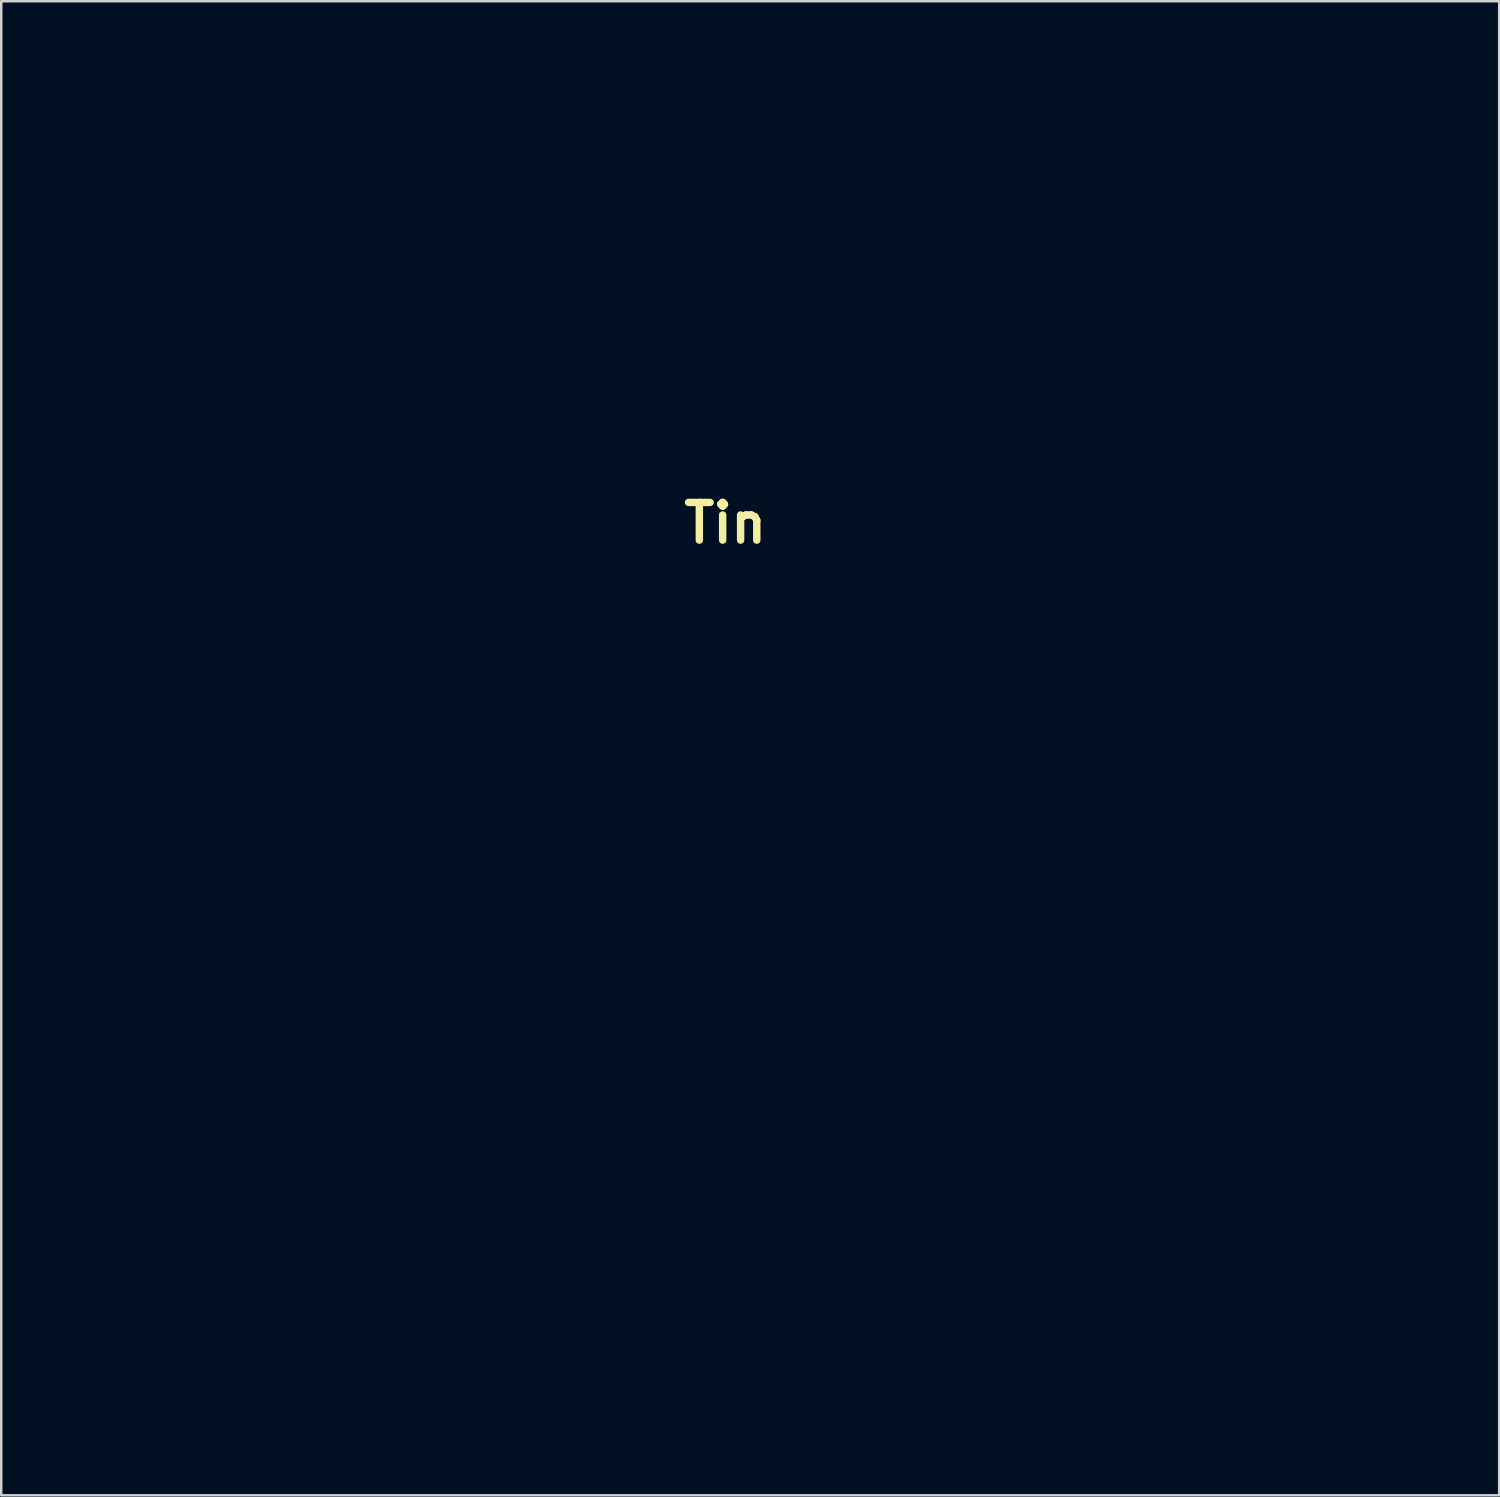
<source format=kicad_pcb>
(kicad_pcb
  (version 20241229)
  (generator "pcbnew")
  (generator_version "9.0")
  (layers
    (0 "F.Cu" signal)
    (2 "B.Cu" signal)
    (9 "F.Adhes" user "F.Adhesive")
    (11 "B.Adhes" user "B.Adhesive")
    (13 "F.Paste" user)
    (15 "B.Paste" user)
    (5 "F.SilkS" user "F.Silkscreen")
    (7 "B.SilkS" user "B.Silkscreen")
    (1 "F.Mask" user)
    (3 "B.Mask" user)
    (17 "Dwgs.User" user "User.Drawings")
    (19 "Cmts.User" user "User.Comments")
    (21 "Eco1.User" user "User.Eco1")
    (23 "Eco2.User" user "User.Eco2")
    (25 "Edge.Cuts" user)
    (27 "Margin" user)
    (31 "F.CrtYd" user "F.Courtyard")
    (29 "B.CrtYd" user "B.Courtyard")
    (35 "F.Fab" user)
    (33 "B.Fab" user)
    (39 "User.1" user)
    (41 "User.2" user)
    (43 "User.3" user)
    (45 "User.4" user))
  (footprint "Tin"
    (layer "F.Cu")
    (at 26.281 18.101)
    (property "Reference" "Tin" (at 0 0 0) (layer "F.SilkS") (effects (font (size 1.524 1.524) (thickness 0.3))))
    (attr through_hole)
    (fp_poly (pts (xy -2.277 35.008) (xy -1.65 35.27) (xy -1.066 35.517) (xy -0.544 35.738) (xy -0.106 35.926) (xy 0.229 36.072) (xy 0.44 36.167) (xy 0.497 36.194) (xy 0.579 36.246) (xy 0.584 36.28) (xy 0.492 36.3) (xy 0.282 36.309) (xy -0.069 36.31) (xy -0.254 36.31) (xy -0.779 36.295) (xy -1.37 36.262) (xy -1.934 36.215) (xy -2.171 36.189) (xy -2.583 36.134) (xy -3.118 36.054) (xy -3.746 35.955) (xy -4.439 35.841) (xy -5.166 35.718) (xy -5.898 35.591) (xy -6.605 35.465) (xy -7.258 35.346) (xy -7.827 35.237) (xy -8.282 35.145) (xy -8.551 35.085) (xy -8.763 35.034) (xy -8.573 34.961) (xy -8.437 34.918) (xy -8.164 34.84) (xy -7.782 34.733) (xy -7.316 34.606) (xy -6.795 34.466) (xy -6.605 34.415) (xy -4.828 33.942) (xy -2.277 35.008)) (stroke (width 0.01) (type solid)) (fill yes) (layer "F.Mask"))
    (fp_poly (pts (xy 26.928 -0.449) (xy 26.988 -0.315) (xy 27.067 -0.032) (xy 27.162 0.381) (xy 27.27 0.905) (xy 27.388 1.522) (xy 27.511 2.213) (xy 27.636 2.96) (xy 27.76 3.743) (xy 27.879 4.543) (xy 27.982 5.284) (xy 28.057 5.87) (xy 28.124 6.455) (xy 28.183 7.017) (xy 28.231 7.532) (xy 28.265 7.975) (xy 28.284 8.323) (xy 28.286 8.551) (xy 28.268 8.636) (xy 28.267 8.636) (xy 28.204 8.571) (xy 28.098 8.411) (xy 28.079 8.38) (xy 27.992 8.21) (xy 27.855 7.918) (xy 27.678 7.528) (xy 27.472 7.061) (xy 27.246 6.542) (xy 27.01 5.994) (xy 26.773 5.439) (xy 26.547 4.902) (xy 26.34 4.404) (xy 26.163 3.97) (xy 26.026 3.623) (xy 25.937 3.385) (xy 25.908 3.282) (xy 25.929 3.105) (xy 25.986 2.816) (xy 26.072 2.439) (xy 26.179 2.003) (xy 26.301 1.534) (xy 26.43 1.06) (xy 26.559 0.607) (xy 26.679 0.203) (xy 26.784 -0.126) (xy 26.866 -0.352) (xy 26.919 -0.449) (xy 26.928 -0.449)) (stroke (width 0.01) (type solid)) (fill yes) (layer "F.Mask"))
    (fp_poly (pts (xy 16.868 26.139) (xy 17.552 26.824) (xy 18.2 27.473) (xy 18.801 28.078) (xy 19.346 28.627) (xy 19.826 29.112) (xy 20.23 29.521) (xy 20.548 29.847) (xy 20.772 30.078) (xy 20.891 30.204) (xy 20.908 30.226) (xy 20.845 30.296) (xy 20.683 30.447) (xy 20.451 30.65) (xy 20.353 30.734) (xy 19.805 31.169) (xy 19.157 31.636) (xy 18.464 32.097) (xy 17.781 32.517) (xy 17.174 32.853) (xy 16.752 33.06) (xy 16.408 33.192) (xy 16.095 33.255) (xy 15.762 33.254) (xy 15.358 33.194) (xy 14.921 33.102) (xy 13.929 32.836) (xy 12.839 32.468) (xy 11.678 32.01) (xy 10.473 31.474) (xy 9.251 30.874) (xy 8.038 30.22) (xy 6.862 29.526) (xy 6.329 29.188) (xy 5.987 28.962) (xy 5.703 28.765) (xy 5.505 28.616) (xy 5.42 28.536) (xy 5.419 28.531) (xy 5.481 28.465) (xy 5.661 28.299) (xy 5.946 28.043) (xy 6.327 27.706) (xy 6.79 27.299) (xy 7.325 26.832) (xy 7.921 26.315) (xy 8.566 25.757) (xy 9.121 25.279) (xy 12.823 22.095) (xy 16.868 26.139)) (stroke (width 0.01) (type solid)) (fill yes) (layer "F.Mask"))
    (fp_poly (pts (xy -11.476 30.183) (xy -11.246 30.299) (xy -10.915 30.479) (xy -10.504 30.71) (xy -10.033 30.98) (xy -9.521 31.276) (xy -8.991 31.588) (xy -8.461 31.903) (xy -7.953 32.208) (xy -7.485 32.493) (xy -7.08 32.744) (xy -6.757 32.951) (xy -6.536 33.1) (xy -6.438 33.18) (xy -6.435 33.187) (xy -6.446 33.228) (xy -6.498 33.27) (xy -6.616 33.326) (xy -6.826 33.406) (xy -7.155 33.522) (xy -7.439 33.62) (xy -8.004 33.795) (xy -8.642 33.964) (xy -9.299 34.113) (xy -9.924 34.232) (xy -10.462 34.309) (xy -10.626 34.324) (xy -11.103 34.329) (xy -11.61 34.286) (xy -11.811 34.254) (xy -12.039 34.203) (xy -12.402 34.113) (xy -12.873 33.991) (xy -13.423 33.845) (xy -14.024 33.683) (xy -14.65 33.511) (xy -15.271 33.339) (xy -15.861 33.172) (xy -16.391 33.02) (xy -16.764 32.91) (xy -17.145 32.795) (xy -15.917 32.177) (xy -15.395 31.916) (xy -14.836 31.642) (xy -14.26 31.363) (xy -13.69 31.09) (xy -13.147 30.834) (xy -12.652 30.603) (xy -12.227 30.409) (xy -11.892 30.261) (xy -11.67 30.168) (xy -11.584 30.141) (xy -11.476 30.183)) (stroke (width 0.01) (type solid)) (fill yes) (layer "F.Mask"))
    (fp_poly (pts (xy 21.671 -2.453) (xy 21.807 -2.218) (xy 21.997 -1.877) (xy 22.23 -1.452) (xy 22.493 -0.964) (xy 22.775 -0.437) (xy 23.065 0.108) (xy 23.35 0.649) (xy 23.619 1.164) (xy 23.861 1.63) (xy 24.062 2.026) (xy 24.212 2.329) (xy 24.299 2.517) (xy 24.309 2.54) (xy 24.383 2.749) (xy 24.435 2.945) (xy 24.46 3.141) (xy 24.453 3.353) (xy 24.408 3.594) (xy 24.32 3.878) (xy 24.184 4.22) (xy 23.995 4.633) (xy 23.746 5.132) (xy 23.434 5.731) (xy 23.052 6.444) (xy 22.595 7.286) (xy 22.39 7.662) (xy 21.889 8.576) (xy 21.465 9.342) (xy 21.114 9.965) (xy 20.835 10.448) (xy 20.626 10.794) (xy 20.486 11.007) (xy 20.411 11.09) (xy 20.405 11.091) (xy 20.303 11.045) (xy 20.218 10.986) (xy 20.16 10.927) (xy 20.045 10.798) (xy 19.87 10.592) (xy 19.628 10.303) (xy 19.314 9.924) (xy 18.923 9.449) (xy 18.45 8.872) (xy 17.889 8.185) (xy 17.234 7.382) (xy 16.481 6.457) (xy 16.097 5.985) (xy 15.559 5.324) (xy 18.551 1.351) (xy 19.093 0.633) (xy 19.606 -0.041) (xy 20.08 -0.659) (xy 20.506 -1.211) (xy 20.875 -1.684) (xy 21.178 -2.067) (xy 21.406 -2.348) (xy 21.551 -2.516) (xy 21.601 -2.56) (xy 21.671 -2.453)) (stroke (width 0.01) (type solid)) (fill yes) (layer "F.Mask"))
    (fp_poly (pts (xy 24.682 -8.897) (xy 24.759 -8.682) (xy 24.869 -8.353) (xy 25.004 -7.934) (xy 25.156 -7.451) (xy 25.318 -6.926) (xy 25.482 -6.385) (xy 25.641 -5.852) (xy 25.787 -5.352) (xy 25.913 -4.908) (xy 25.97 -4.699) (xy 26.052 -4.374) (xy 26.107 -4.095) (xy 26.138 -3.815) (xy 26.15 -3.489) (xy 26.145 -3.071) (xy 26.135 -2.709) (xy 26.105 -2.079) (xy 26.057 -1.558) (xy 25.983 -1.091) (xy 25.877 -0.618) (xy 25.745 -0.12) (xy 25.608 0.361) (xy 25.472 0.8) (xy 25.349 1.169) (xy 25.245 1.441) (xy 25.171 1.589) (xy 25.148 1.609) (xy 25.088 1.539) (xy 24.955 1.345) (xy 24.761 1.047) (xy 24.519 0.664) (xy 24.243 0.217) (xy 24.079 -0.051) (xy 23.624 -0.801) (xy 23.25 -1.422) (xy 22.949 -1.927) (xy 22.713 -2.33) (xy 22.534 -2.646) (xy 22.403 -2.889) (xy 22.313 -3.073) (xy 22.256 -3.212) (xy 22.224 -3.321) (xy 22.218 -3.35) (xy 22.213 -3.538) (xy 22.267 -3.788) (xy 22.387 -4.135) (xy 22.5 -4.413) (xy 22.646 -4.754) (xy 22.834 -5.176) (xy 23.051 -5.657) (xy 23.289 -6.175) (xy 23.536 -6.707) (xy 23.781 -7.231) (xy 24.015 -7.725) (xy 24.227 -8.166) (xy 24.407 -8.532) (xy 24.543 -8.801) (xy 24.626 -8.951) (xy 24.645 -8.974) (xy 24.682 -8.897)) (stroke (width 0.01) (type solid)) (fill yes) (layer "F.Mask"))
    (fp_poly (pts (xy -2.798 23.778) (xy -2.703 23.815) (xy -2.567 23.893) (xy -2.379 24.022) (xy -2.126 24.21) (xy -1.796 24.466) (xy -1.378 24.799) (xy -0.858 25.218) (xy -0.224 25.733) (xy 0.091 25.989) (xy 0.688 26.476) (xy 1.243 26.931) (xy 1.743 27.344) (xy 2.175 27.701) (xy 2.524 27.993) (xy 2.776 28.208) (xy 2.919 28.335) (xy 2.947 28.364) (xy 2.893 28.45) (xy 2.706 28.606) (xy 2.403 28.821) (xy 2.001 29.085) (xy 1.517 29.388) (xy 0.967 29.721) (xy 0.369 30.073) (xy -0.26 30.434) (xy -0.905 30.794) (xy -1.547 31.143) (xy -2.17 31.471) (xy -2.758 31.768) (xy -2.861 31.819) (xy -3.353 32.057) (xy -3.727 32.228) (xy -4.016 32.345) (xy -4.254 32.42) (xy -4.473 32.464) (xy -4.707 32.488) (xy -4.773 32.493) (xy -5.386 32.532) (xy -6.537 31.935) (xy -6.947 31.72) (xy -7.415 31.47) (xy -7.919 31.196) (xy -8.436 30.913) (xy -8.944 30.633) (xy -9.418 30.368) (xy -9.837 30.132) (xy -10.176 29.936) (xy -10.414 29.795) (xy -10.526 29.72) (xy -10.528 29.719) (xy -10.5 29.639) (xy -10.364 29.482) (xy -10.145 29.276) (xy -10.02 29.169) (xy -9.85 29.033) (xy -9.568 28.813) (xy -9.19 28.521) (xy -8.731 28.17) (xy -8.21 27.771) (xy -7.64 27.338) (xy -7.04 26.882) (xy -6.425 26.417) (xy -5.812 25.953) (xy -5.216 25.504) (xy -4.655 25.082) (xy -4.144 24.698) (xy -3.699 24.366) (xy -3.337 24.098) (xy -3.075 23.906) (xy -2.928 23.802) (xy -2.915 23.794) (xy -2.864 23.774) (xy -2.798 23.778)) (stroke (width 0.01) (type solid)) (fill yes) (layer "F.Mask"))
    (fp_poly (pts (xy 4.506 29.462) (xy 4.713 29.538) (xy 4.961 29.657) (xy 5.154 29.755) (xy 5.473 29.918) (xy 5.903 30.142) (xy 6.409 30.409) (xy 6.954 30.698) (xy 7.501 30.991) (xy 7.607 31.048) (xy 8.359 31.449) (xy 9.111 31.842) (xy 9.841 32.216) (xy 10.531 32.562) (xy 11.159 32.87) (xy 11.706 33.129) (xy 12.152 33.331) (xy 12.477 33.465) (xy 12.561 33.494) (xy 13.011 33.648) (xy 13.434 33.803) (xy 13.804 33.949) (xy 14.091 34.073) (xy 14.267 34.164) (xy 14.309 34.204) (xy 14.229 34.28) (xy 13.999 34.392) (xy 13.634 34.534) (xy 13.148 34.701) (xy 12.555 34.888) (xy 11.896 35.082) (xy 10.455 35.476) (xy 9.152 35.791) (xy 7.975 36.031) (xy 6.913 36.197) (xy 5.954 36.289) (xy 5.086 36.31) (xy 4.298 36.262) (xy 3.802 36.19) (xy 3.456 36.117) (xy 3.057 36.009) (xy 2.59 35.864) (xy 2.041 35.673) (xy 1.393 35.434) (xy 0.632 35.139) (xy -0.257 34.784) (xy -0.99 34.486) (xy -1.643 34.218) (xy -2.153 34.005) (xy -2.537 33.84) (xy -2.808 33.714) (xy -2.983 33.622) (xy -3.076 33.554) (xy -3.103 33.504) (xy -3.078 33.465) (xy -3.073 33.461) (xy -2.931 33.369) (xy -2.663 33.205) (xy -2.289 32.983) (xy -1.83 32.713) (xy -1.307 32.408) (xy -0.74 32.08) (xy -0.152 31.74) (xy 0.439 31.402) (xy 1.01 31.077) (xy 1.542 30.776) (xy 2.012 30.513) (xy 2.401 30.298) (xy 2.589 30.196) (xy 3.126 29.909) (xy 3.539 29.694) (xy 3.857 29.547) (xy 4.105 29.462) (xy 4.313 29.435) (xy 4.506 29.462)) (stroke (width 0.01) (type solid)) (fill yes) (layer "F.Mask"))
    (fp_poly (pts (xy 6.066 15.707) (xy 6.212 15.817) (xy 6.291 15.889) (xy 6.45 16.034) (xy 6.704 16.266) (xy 7.024 16.556) (xy 7.38 16.877) (xy 7.535 17.018) (xy 8.161 17.585) (xy 8.774 18.146) (xy 9.36 18.688) (xy 9.909 19.2) (xy 10.406 19.669) (xy 10.839 20.084) (xy 11.196 20.432) (xy 11.464 20.702) (xy 11.631 20.882) (xy 11.684 20.957) (xy 11.622 21.066) (xy 11.446 21.271) (xy 11.172 21.558) (xy 10.813 21.915) (xy 10.385 22.326) (xy 9.902 22.779) (xy 9.38 23.259) (xy 8.833 23.753) (xy 8.276 24.247) (xy 7.725 24.727) (xy 7.193 25.18) (xy 6.696 25.591) (xy 6.519 25.734) (xy 6.128 26.041) (xy 5.709 26.358) (xy 5.288 26.667) (xy 4.888 26.952) (xy 4.532 27.196) (xy 4.246 27.382) (xy 4.053 27.493) (xy 3.987 27.517) (xy 3.895 27.471) (xy 3.695 27.348) (xy 3.42 27.167) (xy 3.167 26.995) (xy 2.775 26.718) (xy 2.294 26.37) (xy 1.748 25.968) (xy 1.16 25.531) (xy 0.556 25.078) (xy -0.041 24.626) (xy -0.607 24.193) (xy -1.118 23.798) (xy -1.549 23.458) (xy -1.877 23.192) (xy -1.975 23.11) (xy -1.929 23.042) (xy -1.772 22.872) (xy -1.515 22.61) (xy -1.171 22.27) (xy -0.753 21.862) (xy -0.273 21.4) (xy 0.256 20.894) (xy 0.822 20.356) (xy 1.411 19.799) (xy 2.011 19.234) (xy 2.611 18.673) (xy 3.196 18.129) (xy 3.754 17.612) (xy 4.274 17.134) (xy 4.742 16.709) (xy 5.145 16.346) (xy 5.471 16.06) (xy 5.708 15.86) (xy 5.825 15.77) (xy 5.957 15.697) (xy 6.066 15.707)) (stroke (width 0.01) (type solid)) (fill yes) (layer "F.Mask"))
    (fp_poly (pts (xy 25.532 5.045) (xy 25.637 5.232) (xy 25.775 5.533) (xy 25.95 5.957) (xy 26.169 6.517) (xy 26.435 7.223) (xy 26.514 7.436) (xy 26.891 8.455) (xy 27.212 9.332) (xy 27.481 10.08) (xy 27.702 10.715) (xy 27.879 11.253) (xy 28.017 11.707) (xy 28.12 12.094) (xy 28.192 12.428) (xy 28.237 12.725) (xy 28.26 12.998) (xy 28.264 13.265) (xy 28.254 13.539) (xy 28.247 13.646) (xy 28.198 14.175) (xy 28.115 14.827) (xy 28.005 15.562) (xy 27.875 16.336) (xy 27.731 17.11) (xy 27.582 17.842) (xy 27.434 18.491) (xy 27.389 18.669) (xy 27.218 19.293) (xy 27.015 19.971) (xy 26.795 20.654) (xy 26.574 21.295) (xy 26.369 21.846) (xy 26.269 22.092) (xy 26.109 22.466) (xy 25.885 21.922) (xy 25.775 21.652) (xy 25.619 21.267) (xy 25.435 20.808) (xy 25.239 20.319) (xy 25.138 20.066) (xy 24.829 19.315) (xy 24.508 18.588) (xy 24.158 17.853) (xy 23.765 17.077) (xy 23.311 16.228) (xy 22.783 15.276) (xy 22.691 15.113) (xy 22.299 14.419) (xy 21.985 13.856) (xy 21.739 13.407) (xy 21.555 13.056) (xy 21.426 12.787) (xy 21.344 12.583) (xy 21.301 12.428) (xy 21.291 12.306) (xy 21.306 12.201) (xy 21.334 12.11) (xy 21.401 11.963) (xy 21.542 11.689) (xy 21.747 11.309) (xy 22.004 10.839) (xy 22.304 10.299) (xy 22.636 9.707) (xy 22.989 9.081) (xy 23.353 8.44) (xy 23.718 7.801) (xy 24.072 7.184) (xy 24.407 6.607) (xy 24.71 6.088) (xy 24.972 5.645) (xy 25.182 5.297) (xy 25.33 5.063) (xy 25.401 4.964) (xy 25.455 4.959) (xy 25.532 5.045)) (stroke (width 0.01) (type solid)) (fill yes) (layer "F.Mask"))
    (fp_poly (pts (xy 20.631 13.75) (xy 20.773 13.943) (xy 20.981 14.261) (xy 21.239 14.678) (xy 21.533 15.17) (xy 21.848 15.711) (xy 22.17 16.278) (xy 22.483 16.844) (xy 22.773 17.386) (xy 22.811 17.458) (xy 23.426 18.695) (xy 23.958 19.888) (xy 24.397 21.017) (xy 24.738 22.066) (xy 24.974 23.014) (xy 25.017 23.246) (xy 25.081 23.609) (xy 25.127 23.906) (xy 25.148 24.16) (xy 25.134 24.394) (xy 25.08 24.628) (xy 24.976 24.886) (xy 24.815 25.19) (xy 24.589 25.562) (xy 24.29 26.025) (xy 23.911 26.601) (xy 23.761 26.829) (xy 23.408 27.362) (xy 23.081 27.85) (xy 22.794 28.273) (xy 22.558 28.615) (xy 22.386 28.857) (xy 22.291 28.98) (xy 22.279 28.991) (xy 22.188 28.953) (xy 21.992 28.803) (xy 21.701 28.551) (xy 21.329 28.209) (xy 20.885 27.785) (xy 20.768 27.67) (xy 20.361 27.274) (xy 19.992 26.915) (xy 19.679 26.61) (xy 19.439 26.379) (xy 19.291 26.238) (xy 19.255 26.204) (xy 19.176 26.128) (xy 18.989 25.946) (xy 18.708 25.67) (xy 18.345 25.312) (xy 17.913 24.886) (xy 17.426 24.405) (xy 16.896 23.88) (xy 16.56 23.548) (xy 15.929 22.921) (xy 15.409 22.402) (xy 14.99 21.98) (xy 14.663 21.644) (xy 14.419 21.384) (xy 14.246 21.188) (xy 14.135 21.047) (xy 14.077 20.948) (xy 14.062 20.882) (xy 14.08 20.838) (xy 14.08 20.838) (xy 14.413 20.448) (xy 14.832 19.959) (xy 15.316 19.396) (xy 15.847 18.781) (xy 16.404 18.135) (xy 16.969 17.483) (xy 17.521 16.846) (xy 18.041 16.248) (xy 18.509 15.71) (xy 18.906 15.256) (xy 19.209 14.911) (xy 20.436 13.523) (xy 20.631 13.75)) (stroke (width 0.01) (type solid)) (fill yes) (layer "F.Mask"))
    (fp_poly (pts (xy 14.962 6.143) (xy 15.09 6.262) (xy 15.284 6.479) (xy 15.551 6.802) (xy 15.895 7.239) (xy 16.325 7.796) (xy 16.844 8.482) (xy 16.992 8.678) (xy 17.586 9.471) (xy 18.082 10.139) (xy 18.487 10.695) (xy 18.807 11.146) (xy 19.051 11.503) (xy 19.223 11.777) (xy 19.331 11.975) (xy 19.382 12.109) (xy 19.389 12.156) (xy 19.38 12.225) (xy 19.347 12.312) (xy 19.279 12.428) (xy 19.166 12.588) (xy 18.998 12.804) (xy 18.764 13.091) (xy 18.453 13.46) (xy 18.055 13.926) (xy 17.56 14.501) (xy 17.361 14.732) (xy 17.006 15.141) (xy 16.601 15.604) (xy 16.161 16.105) (xy 15.699 16.629) (xy 15.229 17.159) (xy 14.766 17.68) (xy 14.322 18.177) (xy 13.913 18.634) (xy 13.552 19.034) (xy 13.253 19.363) (xy 13.03 19.605) (xy 12.897 19.744) (xy 12.868 19.771) (xy 12.78 19.735) (xy 12.593 19.603) (xy 12.331 19.396) (xy 12.02 19.131) (xy 11.92 19.042) (xy 11.636 18.786) (xy 11.279 18.459) (xy 10.867 18.078) (xy 10.414 17.656) (xy 9.936 17.209) (xy 9.45 16.752) (xy 8.97 16.299) (xy 8.513 15.865) (xy 8.095 15.466) (xy 7.731 15.117) (xy 7.437 14.832) (xy 7.229 14.626) (xy 7.123 14.514) (xy 7.112 14.498) (xy 7.168 14.424) (xy 7.328 14.239) (xy 7.582 13.955) (xy 7.916 13.585) (xy 8.32 13.142) (xy 8.783 12.637) (xy 9.292 12.083) (xy 9.836 11.494) (xy 10.404 10.88) (xy 10.983 10.255) (xy 11.563 9.631) (xy 12.132 9.02) (xy 12.678 8.436) (xy 13.19 7.889) (xy 13.656 7.394) (xy 14.065 6.962) (xy 14.405 6.605) (xy 14.665 6.337) (xy 14.832 6.169) (xy 14.894 6.114) (xy 14.962 6.143)) (stroke (width 0.01) (type solid)) (fill yes) (layer "F.Mask"))
    (fp_poly (pts (xy -17.824 -6.152) (xy -17.466 -6.077) (xy -17.354 -6.046) (xy -16.749 -5.791) (xy -16.221 -5.397) (xy -15.779 -4.876) (xy -15.428 -4.244) (xy -15.178 -3.514) (xy -15.034 -2.701) (xy -15.005 -1.819) (xy -15.018 -1.566) (xy -15.062 -1.117) (xy -15.133 -0.768) (xy -15.248 -0.449) (xy -15.322 -0.291) (xy -15.506 0.017) (xy -15.789 0.403) (xy -16.145 0.842) (xy -16.552 1.308) (xy -16.984 1.776) (xy -17.419 2.22) (xy -17.832 2.613) (xy -18.198 2.931) (xy -18.494 3.147) (xy -18.569 3.189) (xy -18.775 3.253) (xy -19.101 3.305) (xy -19.497 3.344) (xy -19.914 3.366) (xy -20.304 3.366) (xy -20.615 3.343) (xy -20.659 3.336) (xy -21.505 3.122) (xy -22.295 2.789) (xy -23.053 2.324) (xy -23.8 1.713) (xy -24.305 1.216) (xy -25.023 0.367) (xy -25.605 -0.531) (xy -26.007 -1.392) (xy -22.3 -1.392) (xy -22.223 -0.797) (xy -21.994 -0.23) (xy -21.607 0.331) (xy -21.39 0.575) (xy -20.846 1.105) (xy -20.341 1.492) (xy -19.85 1.75) (xy -19.346 1.891) (xy -18.802 1.93) (xy -18.711 1.927) (xy -18.205 1.877) (xy -17.804 1.764) (xy -17.687 1.712) (xy -17.382 1.528) (xy -17.076 1.294) (xy -16.98 1.205) (xy -16.589 0.702) (xy -16.336 0.128) (xy -16.22 -0.493) (xy -16.24 -1.137) (xy -16.395 -1.78) (xy -16.682 -2.398) (xy -17.101 -2.966) (xy -17.224 -3.096) (xy -17.762 -3.533) (xy -18.363 -3.85) (xy -19 -4.043) (xy -19.648 -4.112) (xy -20.28 -4.054) (xy -20.87 -3.868) (xy -21.391 -3.552) (xy -21.583 -3.381) (xy -21.833 -3.091) (xy -22.014 -2.772) (xy -22.151 -2.372) (xy -22.231 -2.033) (xy -22.3 -1.392) (xy -26.007 -1.392) (xy -26.037 -1.456) (xy -26.194 -1.926) (xy -26.251 -2.119) (xy -26.276 -2.259) (xy -26.248 -2.363) (xy -26.147 -2.45) (xy -25.949 -2.538) (xy -25.634 -2.647) (xy -25.188 -2.791) (xy -23.853 -3.272) (xy -22.597 -3.83) (xy -21.367 -4.491) (xy -20.262 -5.179) (xy -19.683 -5.552) (xy -19.209 -5.83) (xy -18.814 -6.021) (xy -18.47 -6.132) (xy -18.149 -6.173) (xy -17.824 -6.152)) (stroke (width 0.01) (type solid)) (fill yes) (layer "F.Mask"))
    (fp_poly (pts (xy -9.875 -18.05) (xy -9.535 -17.927) (xy -9.081 -17.724) (xy -8.847 -17.61) (xy -8.439 -17.401) (xy -8.105 -17.201) (xy -7.795 -16.976) (xy -7.461 -16.691) (xy -7.118 -16.372) (xy -6.398 -15.645) (xy -5.823 -14.964) (xy -5.383 -14.306) (xy -5.067 -13.651) (xy -4.865 -12.977) (xy -4.766 -12.263) (xy -4.756 -11.556) (xy -4.781 -11.144) (xy -4.833 -10.803) (xy -4.93 -10.502) (xy -5.087 -10.214) (xy -5.321 -9.908) (xy -5.649 -9.554) (xy -6.086 -9.124) (xy -6.156 -9.058) (xy -6.729 -8.513) (xy -7.203 -8.074) (xy -7.6 -7.729) (xy -7.943 -7.467) (xy -8.252 -7.276) (xy -8.551 -7.143) (xy -8.861 -7.058) (xy -9.204 -7.009) (xy -9.604 -6.983) (xy -10.075 -6.969) (xy -10.598 -6.959) (xy -10.986 -6.96) (xy -11.274 -6.975) (xy -11.499 -7.006) (xy -11.694 -7.055) (xy -11.834 -7.104) (xy -12.304 -7.306) (xy -12.719 -7.551) (xy -13.137 -7.876) (xy -13.41 -8.124) (xy -13.844 -8.608) (xy -14.142 -9.106) (xy -14.292 -9.596) (xy -14.308 -9.802) (xy -14.285 -10.059) (xy -14.211 -10.352) (xy -14.076 -10.7) (xy -13.871 -11.122) (xy -13.589 -11.638) (xy -13.572 -11.667) (xy -12.208 -11.667) (xy -12.106 -10.989) (xy -12.028 -10.726) (xy -11.72 -10.004) (xy -11.312 -9.369) (xy -10.824 -8.841) (xy -10.274 -8.442) (xy -9.737 -8.207) (xy -9.385 -8.146) (xy -8.938 -8.13) (xy -8.46 -8.159) (xy -8.019 -8.227) (xy -7.751 -8.303) (xy -7.271 -8.56) (xy -6.826 -8.941) (xy -6.466 -9.401) (xy -6.347 -9.615) (xy -6.258 -9.821) (xy -6.206 -10.017) (xy -6.185 -10.254) (xy -6.189 -10.582) (xy -6.2 -10.823) (xy -6.257 -11.417) (xy -6.377 -11.899) (xy -6.583 -12.321) (xy -6.897 -12.734) (xy -7.153 -13.007) (xy -7.739 -13.506) (xy -8.361 -13.871) (xy -9.001 -14.098) (xy -9.638 -14.184) (xy -10.255 -14.123) (xy -10.83 -13.913) (xy -11.039 -13.789) (xy -11.565 -13.355) (xy -11.936 -12.854) (xy -12.151 -12.29) (xy -12.208 -11.667) (xy -13.572 -11.667) (xy -13.219 -12.267) (xy -13.085 -12.488) (xy -12.599 -13.308) (xy -12.189 -14.048) (xy -11.828 -14.764) (xy -11.49 -15.511) (xy -11.147 -16.343) (xy -11.031 -16.637) (xy -10.859 -17.066) (xy -10.696 -17.448) (xy -10.557 -17.75) (xy -10.456 -17.94) (xy -10.429 -17.978) (xy -10.301 -18.07) (xy -10.123 -18.096) (xy -9.875 -18.05)) (stroke (width 0.01) (type solid)) (fill yes) (layer "F.Mask"))
    (fp_poly (pts (xy -2.277 35.008) (xy -1.65 35.27) (xy -1.066 35.517) (xy -0.544 35.738) (xy -0.106 35.926) (xy 0.229 36.072) (xy 0.44 36.167) (xy 0.497 36.194) (xy 0.579 36.246) (xy 0.584 36.28) (xy 0.492 36.3) (xy 0.282 36.309) (xy -0.069 36.31) (xy -0.254 36.31) (xy -0.779 36.295) (xy -1.37 36.262) (xy -1.934 36.215) (xy -2.171 36.189) (xy -2.583 36.134) (xy -3.118 36.054) (xy -3.746 35.955) (xy -4.439 35.841) (xy -5.166 35.718) (xy -5.898 35.591) (xy -6.605 35.465) (xy -7.258 35.346) (xy -7.827 35.237) (xy -8.282 35.145) (xy -8.551 35.085) (xy -8.763 35.034) (xy -8.573 34.961) (xy -8.437 34.918) (xy -8.164 34.84) (xy -7.782 34.733) (xy -7.316 34.606) (xy -6.795 34.466) (xy -6.605 34.415) (xy -4.828 33.942) (xy -2.277 35.008)) (stroke (width 0.01) (type solid)) (fill yes) (layer "F.Paste"))
    (fp_poly (pts (xy 26.928 -0.449) (xy 26.988 -0.315) (xy 27.067 -0.032) (xy 27.162 0.381) (xy 27.27 0.905) (xy 27.388 1.522) (xy 27.511 2.213) (xy 27.636 2.96) (xy 27.76 3.743) (xy 27.879 4.543) (xy 27.982 5.284) (xy 28.057 5.87) (xy 28.124 6.455) (xy 28.183 7.017) (xy 28.231 7.532) (xy 28.265 7.975) (xy 28.284 8.323) (xy 28.286 8.551) (xy 28.268 8.636) (xy 28.267 8.636) (xy 28.204 8.571) (xy 28.098 8.411) (xy 28.079 8.38) (xy 27.992 8.21) (xy 27.855 7.918) (xy 27.678 7.528) (xy 27.472 7.061) (xy 27.246 6.542) (xy 27.01 5.994) (xy 26.773 5.439) (xy 26.547 4.902) (xy 26.34 4.404) (xy 26.163 3.97) (xy 26.026 3.623) (xy 25.937 3.385) (xy 25.908 3.282) (xy 25.929 3.105) (xy 25.986 2.816) (xy 26.072 2.439) (xy 26.179 2.003) (xy 26.301 1.534) (xy 26.43 1.06) (xy 26.559 0.607) (xy 26.679 0.203) (xy 26.784 -0.126) (xy 26.866 -0.352) (xy 26.919 -0.449) (xy 26.928 -0.449)) (stroke (width 0.01) (type solid)) (fill yes) (layer "F.Paste"))
    (fp_poly (pts (xy 16.868 26.139) (xy 17.552 26.824) (xy 18.2 27.473) (xy 18.801 28.078) (xy 19.346 28.627) (xy 19.826 29.112) (xy 20.23 29.521) (xy 20.548 29.847) (xy 20.772 30.078) (xy 20.891 30.204) (xy 20.908 30.226) (xy 20.845 30.296) (xy 20.683 30.447) (xy 20.451 30.65) (xy 20.353 30.734) (xy 19.805 31.169) (xy 19.157 31.636) (xy 18.464 32.097) (xy 17.781 32.517) (xy 17.174 32.853) (xy 16.752 33.06) (xy 16.408 33.192) (xy 16.095 33.255) (xy 15.762 33.254) (xy 15.358 33.194) (xy 14.921 33.102) (xy 13.929 32.836) (xy 12.839 32.468) (xy 11.678 32.01) (xy 10.473 31.474) (xy 9.251 30.874) (xy 8.038 30.22) (xy 6.862 29.526) (xy 6.329 29.188) (xy 5.987 28.962) (xy 5.703 28.765) (xy 5.505 28.616) (xy 5.42 28.536) (xy 5.419 28.531) (xy 5.481 28.465) (xy 5.661 28.299) (xy 5.946 28.043) (xy 6.327 27.706) (xy 6.79 27.299) (xy 7.325 26.832) (xy 7.921 26.315) (xy 8.566 25.757) (xy 9.121 25.279) (xy 12.823 22.095) (xy 16.868 26.139)) (stroke (width 0.01) (type solid)) (fill yes) (layer "F.Paste"))
    (fp_poly (pts (xy -11.476 30.183) (xy -11.246 30.299) (xy -10.915 30.479) (xy -10.504 30.71) (xy -10.033 30.98) (xy -9.521 31.276) (xy -8.991 31.588) (xy -8.461 31.903) (xy -7.953 32.208) (xy -7.485 32.493) (xy -7.08 32.744) (xy -6.757 32.951) (xy -6.536 33.1) (xy -6.438 33.18) (xy -6.435 33.187) (xy -6.446 33.228) (xy -6.498 33.27) (xy -6.616 33.326) (xy -6.826 33.406) (xy -7.155 33.522) (xy -7.439 33.62) (xy -8.004 33.795) (xy -8.642 33.964) (xy -9.299 34.113) (xy -9.924 34.232) (xy -10.462 34.309) (xy -10.626 34.324) (xy -11.103 34.329) (xy -11.61 34.286) (xy -11.811 34.254) (xy -12.039 34.203) (xy -12.402 34.113) (xy -12.873 33.991) (xy -13.423 33.845) (xy -14.024 33.683) (xy -14.65 33.511) (xy -15.271 33.339) (xy -15.861 33.172) (xy -16.391 33.02) (xy -16.764 32.91) (xy -17.145 32.795) (xy -15.917 32.177) (xy -15.395 31.916) (xy -14.836 31.642) (xy -14.26 31.363) (xy -13.69 31.09) (xy -13.147 30.834) (xy -12.652 30.603) (xy -12.227 30.409) (xy -11.892 30.261) (xy -11.67 30.168) (xy -11.584 30.141) (xy -11.476 30.183)) (stroke (width 0.01) (type solid)) (fill yes) (layer "F.Paste"))
    (fp_poly (pts (xy 21.671 -2.453) (xy 21.807 -2.218) (xy 21.997 -1.877) (xy 22.23 -1.452) (xy 22.493 -0.964) (xy 22.775 -0.437) (xy 23.065 0.108) (xy 23.35 0.649) (xy 23.619 1.164) (xy 23.861 1.63) (xy 24.062 2.026) (xy 24.212 2.329) (xy 24.299 2.517) (xy 24.309 2.54) (xy 24.383 2.749) (xy 24.435 2.945) (xy 24.46 3.141) (xy 24.453 3.353) (xy 24.408 3.594) (xy 24.32 3.878) (xy 24.184 4.22) (xy 23.995 4.633) (xy 23.746 5.132) (xy 23.434 5.731) (xy 23.052 6.444) (xy 22.595 7.286) (xy 22.39 7.662) (xy 21.889 8.576) (xy 21.465 9.342) (xy 21.114 9.965) (xy 20.835 10.448) (xy 20.626 10.794) (xy 20.486 11.007) (xy 20.411 11.09) (xy 20.405 11.091) (xy 20.303 11.045) (xy 20.218 10.986) (xy 20.16 10.927) (xy 20.045 10.798) (xy 19.87 10.592) (xy 19.628 10.303) (xy 19.314 9.924) (xy 18.923 9.449) (xy 18.45 8.872) (xy 17.889 8.185) (xy 17.234 7.382) (xy 16.481 6.457) (xy 16.097 5.985) (xy 15.559 5.324) (xy 18.551 1.351) (xy 19.093 0.633) (xy 19.606 -0.041) (xy 20.08 -0.659) (xy 20.506 -1.211) (xy 20.875 -1.684) (xy 21.178 -2.067) (xy 21.406 -2.348) (xy 21.551 -2.516) (xy 21.601 -2.56) (xy 21.671 -2.453)) (stroke (width 0.01) (type solid)) (fill yes) (layer "F.Paste"))
    (fp_poly (pts (xy 24.682 -8.897) (xy 24.759 -8.682) (xy 24.869 -8.353) (xy 25.004 -7.934) (xy 25.156 -7.451) (xy 25.318 -6.926) (xy 25.482 -6.385) (xy 25.641 -5.852) (xy 25.787 -5.352) (xy 25.913 -4.908) (xy 25.97 -4.699) (xy 26.052 -4.374) (xy 26.107 -4.095) (xy 26.138 -3.815) (xy 26.15 -3.489) (xy 26.145 -3.071) (xy 26.135 -2.709) (xy 26.105 -2.079) (xy 26.057 -1.558) (xy 25.983 -1.091) (xy 25.877 -0.618) (xy 25.745 -0.12) (xy 25.608 0.361) (xy 25.472 0.8) (xy 25.349 1.169) (xy 25.245 1.441) (xy 25.171 1.589) (xy 25.148 1.609) (xy 25.088 1.539) (xy 24.955 1.345) (xy 24.761 1.047) (xy 24.519 0.664) (xy 24.243 0.217) (xy 24.079 -0.051) (xy 23.624 -0.801) (xy 23.25 -1.422) (xy 22.949 -1.927) (xy 22.713 -2.33) (xy 22.534 -2.646) (xy 22.403 -2.889) (xy 22.313 -3.073) (xy 22.256 -3.212) (xy 22.224 -3.321) (xy 22.218 -3.35) (xy 22.213 -3.538) (xy 22.267 -3.788) (xy 22.387 -4.135) (xy 22.5 -4.413) (xy 22.646 -4.754) (xy 22.834 -5.176) (xy 23.051 -5.657) (xy 23.289 -6.175) (xy 23.536 -6.707) (xy 23.781 -7.231) (xy 24.015 -7.725) (xy 24.227 -8.166) (xy 24.407 -8.532) (xy 24.543 -8.801) (xy 24.626 -8.951) (xy 24.645 -8.974) (xy 24.682 -8.897)) (stroke (width 0.01) (type solid)) (fill yes) (layer "F.Paste"))
    (fp_poly (pts (xy -2.798 23.778) (xy -2.703 23.815) (xy -2.567 23.893) (xy -2.379 24.022) (xy -2.126 24.21) (xy -1.796 24.466) (xy -1.378 24.799) (xy -0.858 25.218) (xy -0.224 25.733) (xy 0.091 25.989) (xy 0.688 26.476) (xy 1.243 26.931) (xy 1.743 27.344) (xy 2.175 27.701) (xy 2.524 27.993) (xy 2.776 28.208) (xy 2.919 28.335) (xy 2.947 28.364) (xy 2.893 28.45) (xy 2.706 28.606) (xy 2.403 28.821) (xy 2.001 29.085) (xy 1.517 29.388) (xy 0.967 29.721) (xy 0.369 30.073) (xy -0.26 30.434) (xy -0.905 30.794) (xy -1.547 31.143) (xy -2.17 31.471) (xy -2.758 31.768) (xy -2.861 31.819) (xy -3.353 32.057) (xy -3.727 32.228) (xy -4.016 32.345) (xy -4.254 32.42) (xy -4.473 32.464) (xy -4.707 32.488) (xy -4.773 32.493) (xy -5.386 32.532) (xy -6.537 31.935) (xy -6.947 31.72) (xy -7.415 31.47) (xy -7.919 31.196) (xy -8.436 30.913) (xy -8.944 30.633) (xy -9.418 30.368) (xy -9.837 30.132) (xy -10.176 29.936) (xy -10.414 29.795) (xy -10.526 29.72) (xy -10.528 29.719) (xy -10.5 29.639) (xy -10.364 29.482) (xy -10.145 29.276) (xy -10.02 29.169) (xy -9.85 29.033) (xy -9.568 28.813) (xy -9.19 28.521) (xy -8.731 28.17) (xy -8.21 27.771) (xy -7.64 27.338) (xy -7.04 26.882) (xy -6.425 26.417) (xy -5.812 25.953) (xy -5.216 25.504) (xy -4.655 25.082) (xy -4.144 24.698) (xy -3.699 24.366) (xy -3.337 24.098) (xy -3.075 23.906) (xy -2.928 23.802) (xy -2.915 23.794) (xy -2.864 23.774) (xy -2.798 23.778)) (stroke (width 0.01) (type solid)) (fill yes) (layer "F.Paste"))
    (fp_poly (pts (xy 4.506 29.462) (xy 4.713 29.538) (xy 4.961 29.657) (xy 5.154 29.755) (xy 5.473 29.918) (xy 5.903 30.142) (xy 6.409 30.409) (xy 6.954 30.698) (xy 7.501 30.991) (xy 7.607 31.048) (xy 8.359 31.449) (xy 9.111 31.842) (xy 9.841 32.216) (xy 10.531 32.562) (xy 11.159 32.87) (xy 11.706 33.129) (xy 12.152 33.331) (xy 12.477 33.465) (xy 12.561 33.494) (xy 13.011 33.648) (xy 13.434 33.803) (xy 13.804 33.949) (xy 14.091 34.073) (xy 14.267 34.164) (xy 14.309 34.204) (xy 14.229 34.28) (xy 13.999 34.392) (xy 13.634 34.534) (xy 13.148 34.701) (xy 12.555 34.888) (xy 11.896 35.082) (xy 10.455 35.476) (xy 9.152 35.791) (xy 7.975 36.031) (xy 6.913 36.197) (xy 5.954 36.289) (xy 5.086 36.31) (xy 4.298 36.262) (xy 3.802 36.19) (xy 3.456 36.117) (xy 3.057 36.009) (xy 2.59 35.864) (xy 2.041 35.673) (xy 1.393 35.434) (xy 0.632 35.139) (xy -0.257 34.784) (xy -0.99 34.486) (xy -1.643 34.218) (xy -2.153 34.005) (xy -2.537 33.84) (xy -2.808 33.714) (xy -2.983 33.622) (xy -3.076 33.554) (xy -3.103 33.504) (xy -3.078 33.465) (xy -3.073 33.461) (xy -2.931 33.369) (xy -2.663 33.205) (xy -2.289 32.983) (xy -1.83 32.713) (xy -1.307 32.408) (xy -0.74 32.08) (xy -0.152 31.74) (xy 0.439 31.402) (xy 1.01 31.077) (xy 1.542 30.776) (xy 2.012 30.513) (xy 2.401 30.298) (xy 2.589 30.196) (xy 3.126 29.909) (xy 3.539 29.694) (xy 3.857 29.547) (xy 4.105 29.462) (xy 4.313 29.435) (xy 4.506 29.462)) (stroke (width 0.01) (type solid)) (fill yes) (layer "F.Paste"))
    (fp_poly (pts (xy 6.066 15.707) (xy 6.212 15.817) (xy 6.291 15.889) (xy 6.45 16.034) (xy 6.704 16.266) (xy 7.024 16.556) (xy 7.38 16.877) (xy 7.535 17.018) (xy 8.161 17.585) (xy 8.774 18.146) (xy 9.36 18.688) (xy 9.909 19.2) (xy 10.406 19.669) (xy 10.839 20.084) (xy 11.196 20.432) (xy 11.464 20.702) (xy 11.631 20.882) (xy 11.684 20.957) (xy 11.622 21.066) (xy 11.446 21.271) (xy 11.172 21.558) (xy 10.813 21.915) (xy 10.385 22.326) (xy 9.902 22.779) (xy 9.38 23.259) (xy 8.833 23.753) (xy 8.276 24.247) (xy 7.725 24.727) (xy 7.193 25.18) (xy 6.696 25.591) (xy 6.519 25.734) (xy 6.128 26.041) (xy 5.709 26.358) (xy 5.288 26.667) (xy 4.888 26.952) (xy 4.532 27.196) (xy 4.246 27.382) (xy 4.053 27.493) (xy 3.987 27.517) (xy 3.895 27.471) (xy 3.695 27.348) (xy 3.42 27.167) (xy 3.167 26.995) (xy 2.775 26.718) (xy 2.294 26.37) (xy 1.748 25.968) (xy 1.16 25.531) (xy 0.556 25.078) (xy -0.041 24.626) (xy -0.607 24.193) (xy -1.118 23.798) (xy -1.549 23.458) (xy -1.877 23.192) (xy -1.975 23.11) (xy -1.929 23.042) (xy -1.772 22.872) (xy -1.515 22.61) (xy -1.171 22.27) (xy -0.753 21.862) (xy -0.273 21.4) (xy 0.256 20.894) (xy 0.822 20.356) (xy 1.411 19.799) (xy 2.011 19.234) (xy 2.611 18.673) (xy 3.196 18.129) (xy 3.754 17.612) (xy 4.274 17.134) (xy 4.742 16.709) (xy 5.145 16.346) (xy 5.471 16.06) (xy 5.708 15.86) (xy 5.825 15.77) (xy 5.957 15.697) (xy 6.066 15.707)) (stroke (width 0.01) (type solid)) (fill yes) (layer "F.Paste"))
    (fp_poly (pts (xy 25.532 5.045) (xy 25.637 5.232) (xy 25.775 5.533) (xy 25.95 5.957) (xy 26.169 6.517) (xy 26.435 7.223) (xy 26.514 7.436) (xy 26.891 8.455) (xy 27.212 9.332) (xy 27.481 10.08) (xy 27.702 10.715) (xy 27.879 11.253) (xy 28.017 11.707) (xy 28.12 12.094) (xy 28.192 12.428) (xy 28.237 12.725) (xy 28.26 12.998) (xy 28.264 13.265) (xy 28.254 13.539) (xy 28.247 13.646) (xy 28.198 14.175) (xy 28.115 14.827) (xy 28.005 15.562) (xy 27.875 16.336) (xy 27.731 17.11) (xy 27.582 17.842) (xy 27.434 18.491) (xy 27.389 18.669) (xy 27.218 19.293) (xy 27.015 19.971) (xy 26.795 20.654) (xy 26.574 21.295) (xy 26.369 21.846) (xy 26.269 22.092) (xy 26.109 22.466) (xy 25.885 21.922) (xy 25.775 21.652) (xy 25.619 21.267) (xy 25.435 20.808) (xy 25.239 20.319) (xy 25.138 20.066) (xy 24.829 19.315) (xy 24.508 18.588) (xy 24.158 17.853) (xy 23.765 17.077) (xy 23.311 16.228) (xy 22.783 15.276) (xy 22.691 15.113) (xy 22.299 14.419) (xy 21.985 13.856) (xy 21.739 13.407) (xy 21.555 13.056) (xy 21.426 12.787) (xy 21.344 12.583) (xy 21.301 12.428) (xy 21.291 12.306) (xy 21.306 12.201) (xy 21.334 12.11) (xy 21.401 11.963) (xy 21.542 11.689) (xy 21.747 11.309) (xy 22.004 10.839) (xy 22.304 10.299) (xy 22.636 9.707) (xy 22.989 9.081) (xy 23.353 8.44) (xy 23.718 7.801) (xy 24.072 7.184) (xy 24.407 6.607) (xy 24.71 6.088) (xy 24.972 5.645) (xy 25.182 5.297) (xy 25.33 5.063) (xy 25.401 4.964) (xy 25.455 4.959) (xy 25.532 5.045)) (stroke (width 0.01) (type solid)) (fill yes) (layer "F.Paste"))
    (fp_poly (pts (xy 20.631 13.75) (xy 20.773 13.943) (xy 20.981 14.261) (xy 21.239 14.678) (xy 21.533 15.17) (xy 21.848 15.711) (xy 22.17 16.278) (xy 22.483 16.844) (xy 22.773 17.386) (xy 22.811 17.458) (xy 23.426 18.695) (xy 23.958 19.888) (xy 24.397 21.017) (xy 24.738 22.066) (xy 24.974 23.014) (xy 25.017 23.246) (xy 25.081 23.609) (xy 25.127 23.906) (xy 25.148 24.16) (xy 25.134 24.394) (xy 25.08 24.628) (xy 24.976 24.886) (xy 24.815 25.19) (xy 24.589 25.562) (xy 24.29 26.025) (xy 23.911 26.601) (xy 23.761 26.829) (xy 23.408 27.362) (xy 23.081 27.85) (xy 22.794 28.273) (xy 22.558 28.615) (xy 22.386 28.857) (xy 22.291 28.98) (xy 22.279 28.991) (xy 22.188 28.953) (xy 21.992 28.803) (xy 21.701 28.551) (xy 21.329 28.209) (xy 20.885 27.785) (xy 20.768 27.67) (xy 20.361 27.274) (xy 19.992 26.915) (xy 19.679 26.61) (xy 19.439 26.379) (xy 19.291 26.238) (xy 19.255 26.204) (xy 19.176 26.128) (xy 18.989 25.946) (xy 18.708 25.67) (xy 18.345 25.312) (xy 17.913 24.886) (xy 17.426 24.405) (xy 16.896 23.88) (xy 16.56 23.548) (xy 15.929 22.921) (xy 15.409 22.402) (xy 14.99 21.98) (xy 14.663 21.644) (xy 14.419 21.384) (xy 14.246 21.188) (xy 14.135 21.047) (xy 14.077 20.948) (xy 14.062 20.882) (xy 14.08 20.838) (xy 14.08 20.838) (xy 14.413 20.448) (xy 14.832 19.959) (xy 15.316 19.396) (xy 15.847 18.781) (xy 16.404 18.135) (xy 16.969 17.483) (xy 17.521 16.846) (xy 18.041 16.248) (xy 18.509 15.71) (xy 18.906 15.256) (xy 19.209 14.911) (xy 20.436 13.523) (xy 20.631 13.75)) (stroke (width 0.01) (type solid)) (fill yes) (layer "F.Paste"))
    (fp_poly (pts (xy 14.962 6.143) (xy 15.09 6.262) (xy 15.284 6.479) (xy 15.551 6.802) (xy 15.895 7.239) (xy 16.325 7.796) (xy 16.844 8.482) (xy 16.992 8.678) (xy 17.586 9.471) (xy 18.082 10.139) (xy 18.487 10.695) (xy 18.807 11.146) (xy 19.051 11.503) (xy 19.223 11.777) (xy 19.331 11.975) (xy 19.382 12.109) (xy 19.389 12.156) (xy 19.38 12.225) (xy 19.347 12.312) (xy 19.279 12.428) (xy 19.166 12.588) (xy 18.998 12.804) (xy 18.764 13.091) (xy 18.453 13.46) (xy 18.055 13.926) (xy 17.56 14.501) (xy 17.361 14.732) (xy 17.006 15.141) (xy 16.601 15.604) (xy 16.161 16.105) (xy 15.699 16.629) (xy 15.229 17.159) (xy 14.766 17.68) (xy 14.322 18.177) (xy 13.913 18.634) (xy 13.552 19.034) (xy 13.253 19.363) (xy 13.03 19.605) (xy 12.897 19.744) (xy 12.868 19.771) (xy 12.78 19.735) (xy 12.593 19.603) (xy 12.331 19.396) (xy 12.02 19.131) (xy 11.92 19.042) (xy 11.636 18.786) (xy 11.279 18.459) (xy 10.867 18.078) (xy 10.414 17.656) (xy 9.936 17.209) (xy 9.45 16.752) (xy 8.97 16.299) (xy 8.513 15.865) (xy 8.095 15.466) (xy 7.731 15.117) (xy 7.437 14.832) (xy 7.229 14.626) (xy 7.123 14.514) (xy 7.112 14.498) (xy 7.168 14.424) (xy 7.328 14.239) (xy 7.582 13.955) (xy 7.916 13.585) (xy 8.32 13.142) (xy 8.783 12.637) (xy 9.292 12.083) (xy 9.836 11.494) (xy 10.404 10.88) (xy 10.983 10.255) (xy 11.563 9.631) (xy 12.132 9.02) (xy 12.678 8.436) (xy 13.19 7.889) (xy 13.656 7.394) (xy 14.065 6.962) (xy 14.405 6.605) (xy 14.665 6.337) (xy 14.832 6.169) (xy 14.894 6.114) (xy 14.962 6.143)) (stroke (width 0.01) (type solid)) (fill yes) (layer "F.Paste"))
    (fp_poly (pts (xy -17.824 -6.152) (xy -17.466 -6.077) (xy -17.354 -6.046) (xy -16.749 -5.791) (xy -16.221 -5.397) (xy -15.779 -4.876) (xy -15.428 -4.244) (xy -15.178 -3.514) (xy -15.034 -2.701) (xy -15.005 -1.819) (xy -15.018 -1.566) (xy -15.062 -1.117) (xy -15.133 -0.768) (xy -15.248 -0.449) (xy -15.322 -0.291) (xy -15.506 0.017) (xy -15.789 0.403) (xy -16.145 0.842) (xy -16.552 1.308) (xy -16.984 1.776) (xy -17.419 2.22) (xy -17.832 2.613) (xy -18.198 2.931) (xy -18.494 3.147) (xy -18.569 3.189) (xy -18.775 3.253) (xy -19.101 3.305) (xy -19.497 3.344) (xy -19.914 3.366) (xy -20.304 3.366) (xy -20.615 3.343) (xy -20.659 3.336) (xy -21.505 3.122) (xy -22.295 2.789) (xy -23.053 2.324) (xy -23.8 1.713) (xy -24.305 1.216) (xy -25.023 0.367) (xy -25.605 -0.531) (xy -26.007 -1.392) (xy -22.3 -1.392) (xy -22.223 -0.797) (xy -21.994 -0.23) (xy -21.607 0.331) (xy -21.39 0.575) (xy -20.846 1.105) (xy -20.341 1.492) (xy -19.85 1.75) (xy -19.346 1.891) (xy -18.802 1.93) (xy -18.711 1.927) (xy -18.205 1.877) (xy -17.804 1.764) (xy -17.687 1.712) (xy -17.382 1.528) (xy -17.076 1.294) (xy -16.98 1.205) (xy -16.589 0.702) (xy -16.336 0.128) (xy -16.22 -0.493) (xy -16.24 -1.137) (xy -16.395 -1.78) (xy -16.682 -2.398) (xy -17.101 -2.966) (xy -17.224 -3.096) (xy -17.762 -3.533) (xy -18.363 -3.85) (xy -19 -4.043) (xy -19.648 -4.112) (xy -20.28 -4.054) (xy -20.87 -3.868) (xy -21.391 -3.552) (xy -21.583 -3.381) (xy -21.833 -3.091) (xy -22.014 -2.772) (xy -22.151 -2.372) (xy -22.231 -2.033) (xy -22.3 -1.392) (xy -26.007 -1.392) (xy -26.037 -1.456) (xy -26.194 -1.926) (xy -26.251 -2.119) (xy -26.276 -2.259) (xy -26.248 -2.363) (xy -26.147 -2.45) (xy -25.949 -2.538) (xy -25.634 -2.647) (xy -25.188 -2.791) (xy -23.853 -3.272) (xy -22.597 -3.83) (xy -21.367 -4.491) (xy -20.262 -5.179) (xy -19.683 -5.552) (xy -19.209 -5.83) (xy -18.814 -6.021) (xy -18.47 -6.132) (xy -18.149 -6.173) (xy -17.824 -6.152)) (stroke (width 0.01) (type solid)) (fill yes) (layer "F.Paste"))
    (fp_poly (pts (xy -9.875 -18.05) (xy -9.535 -17.927) (xy -9.081 -17.724) (xy -8.847 -17.61) (xy -8.439 -17.401) (xy -8.105 -17.201) (xy -7.795 -16.976) (xy -7.461 -16.691) (xy -7.118 -16.372) (xy -6.398 -15.645) (xy -5.823 -14.964) (xy -5.383 -14.306) (xy -5.067 -13.651) (xy -4.865 -12.977) (xy -4.766 -12.263) (xy -4.756 -11.556) (xy -4.781 -11.144) (xy -4.833 -10.803) (xy -4.93 -10.502) (xy -5.087 -10.214) (xy -5.321 -9.908) (xy -5.649 -9.554) (xy -6.086 -9.124) (xy -6.156 -9.058) (xy -6.729 -8.513) (xy -7.203 -8.074) (xy -7.6 -7.729) (xy -7.943 -7.467) (xy -8.252 -7.276) (xy -8.551 -7.143) (xy -8.861 -7.058) (xy -9.204 -7.009) (xy -9.604 -6.983) (xy -10.075 -6.969) (xy -10.598 -6.959) (xy -10.986 -6.96) (xy -11.274 -6.975) (xy -11.499 -7.006) (xy -11.694 -7.055) (xy -11.834 -7.104) (xy -12.304 -7.306) (xy -12.719 -7.551) (xy -13.137 -7.876) (xy -13.41 -8.124) (xy -13.844 -8.608) (xy -14.142 -9.106) (xy -14.292 -9.596) (xy -14.308 -9.802) (xy -14.285 -10.059) (xy -14.211 -10.352) (xy -14.076 -10.7) (xy -13.871 -11.122) (xy -13.589 -11.638) (xy -13.572 -11.667) (xy -12.208 -11.667) (xy -12.106 -10.989) (xy -12.028 -10.726) (xy -11.72 -10.004) (xy -11.312 -9.369) (xy -10.824 -8.841) (xy -10.274 -8.442) (xy -9.737 -8.207) (xy -9.385 -8.146) (xy -8.938 -8.13) (xy -8.46 -8.159) (xy -8.019 -8.227) (xy -7.751 -8.303) (xy -7.271 -8.56) (xy -6.826 -8.941) (xy -6.466 -9.401) (xy -6.347 -9.615) (xy -6.258 -9.821) (xy -6.206 -10.017) (xy -6.185 -10.254) (xy -6.189 -10.582) (xy -6.2 -10.823) (xy -6.257 -11.417) (xy -6.377 -11.899) (xy -6.583 -12.321) (xy -6.897 -12.734) (xy -7.153 -13.007) (xy -7.739 -13.506) (xy -8.361 -13.871) (xy -9.001 -14.098) (xy -9.638 -14.184) (xy -10.255 -14.123) (xy -10.83 -13.913) (xy -11.039 -13.789) (xy -11.565 -13.355) (xy -11.936 -12.854) (xy -12.151 -12.29) (xy -12.208 -11.667) (xy -13.572 -11.667) (xy -13.219 -12.267) (xy -13.085 -12.488) (xy -12.599 -13.308) (xy -12.189 -14.048) (xy -11.828 -14.764) (xy -11.49 -15.511) (xy -11.147 -16.343) (xy -11.031 -16.637) (xy -10.859 -17.066) (xy -10.696 -17.448) (xy -10.557 -17.75) (xy -10.456 -17.94) (xy -10.429 -17.978) (xy -10.301 -18.07) (xy -10.123 -18.096) (xy -9.875 -18.05)) (stroke (width 0.01) (type solid)) (fill yes) (layer "F.Paste")))
  (gr_rect
    (start -3 -3)
    (end 57.572 57.416)
    (stroke (width 0.1) (type default))
    (fill no)
    (layer "Edge.Cuts")))
</source>
